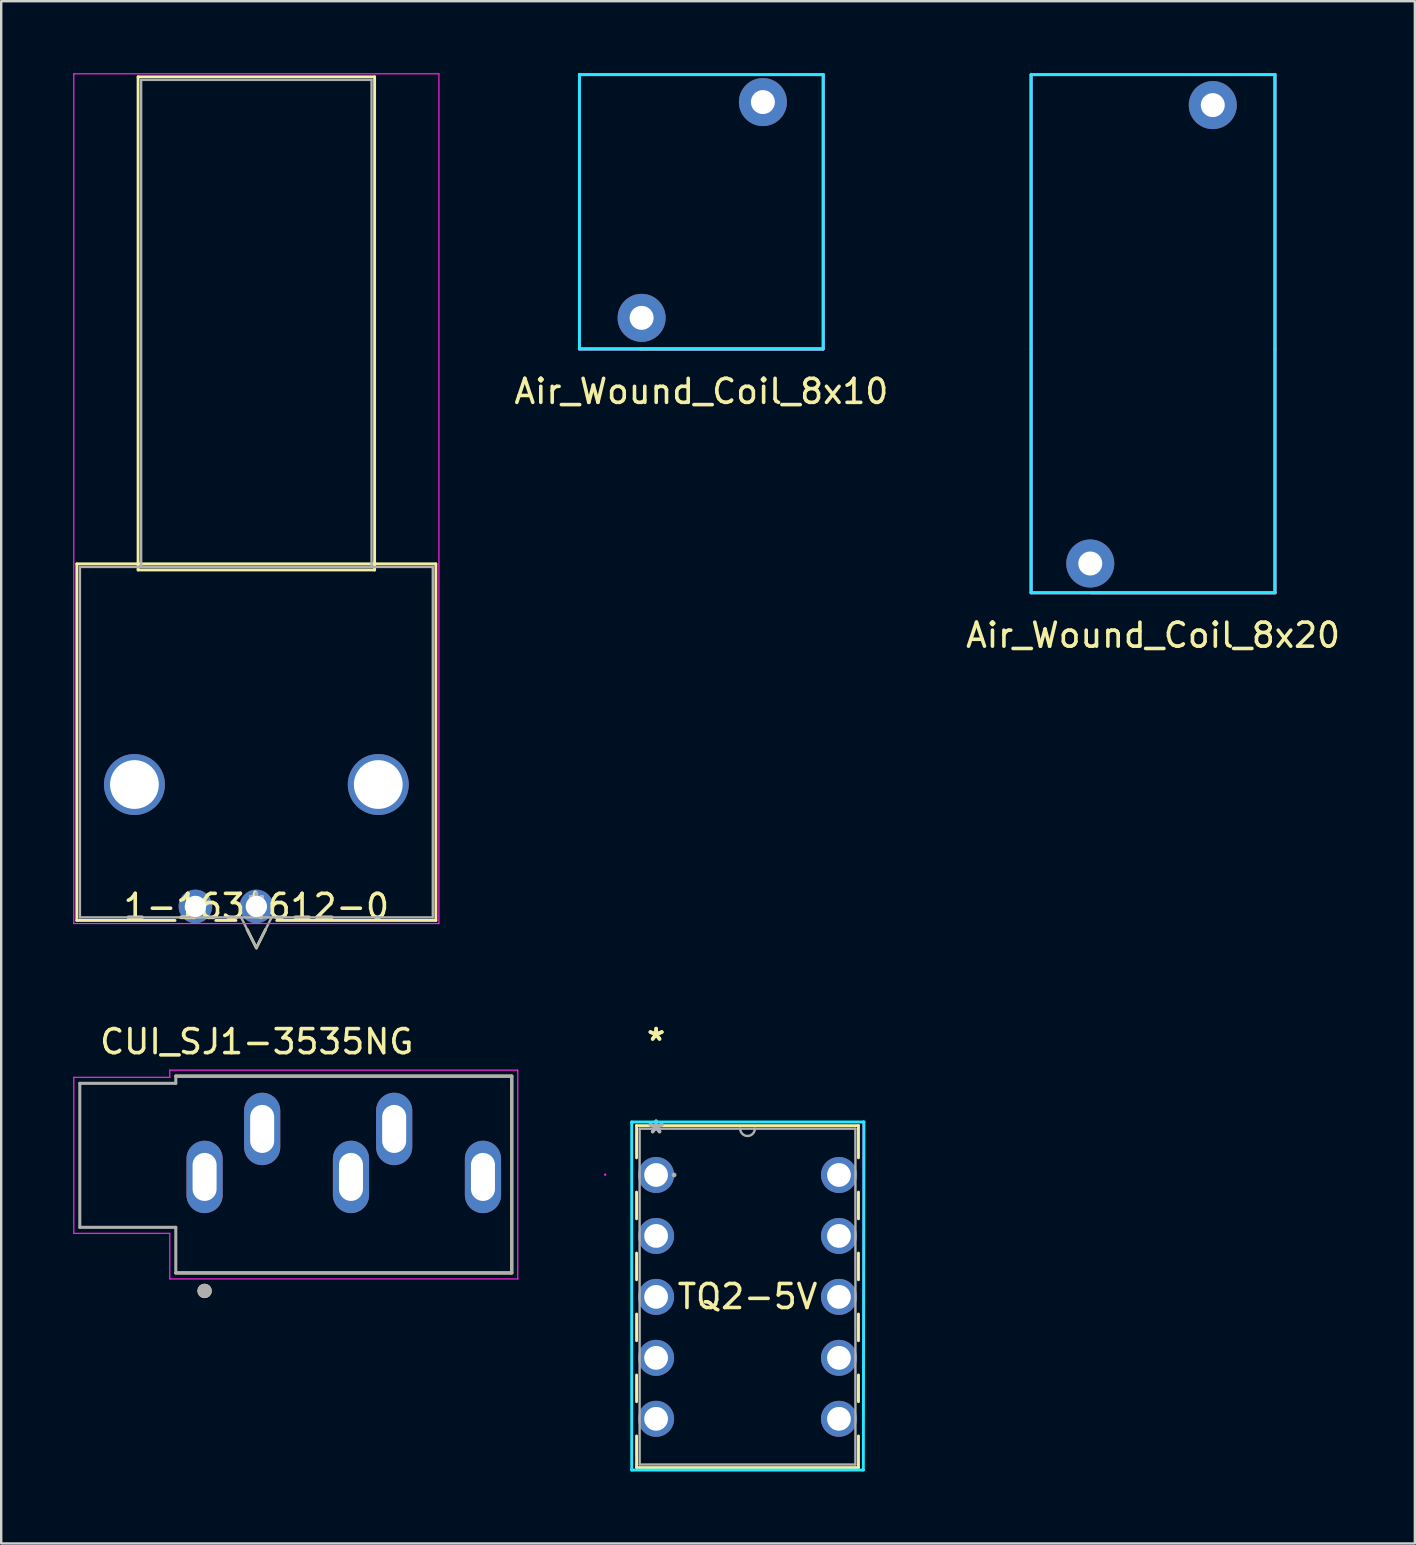
<source format=kicad_pcb>
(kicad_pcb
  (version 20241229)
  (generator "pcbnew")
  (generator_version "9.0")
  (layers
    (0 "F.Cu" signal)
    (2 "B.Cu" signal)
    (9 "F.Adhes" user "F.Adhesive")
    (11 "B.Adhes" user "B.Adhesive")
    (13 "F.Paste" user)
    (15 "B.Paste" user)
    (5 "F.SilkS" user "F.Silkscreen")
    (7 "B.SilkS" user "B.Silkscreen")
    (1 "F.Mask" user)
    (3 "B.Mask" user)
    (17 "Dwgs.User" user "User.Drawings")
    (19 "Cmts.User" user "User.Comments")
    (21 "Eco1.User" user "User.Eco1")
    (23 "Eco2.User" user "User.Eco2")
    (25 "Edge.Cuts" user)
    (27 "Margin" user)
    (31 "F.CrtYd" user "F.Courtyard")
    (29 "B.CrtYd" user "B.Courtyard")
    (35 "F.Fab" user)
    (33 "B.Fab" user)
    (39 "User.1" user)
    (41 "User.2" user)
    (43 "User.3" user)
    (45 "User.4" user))
  (footprint "Air_Wound_Coil_8x10"
    (layer "F.Cu")
    (at 26.175 12.76)
    (property "Reference" "Air_Wound_Coil_8x10" (at 0 0.5 0) (layer "F.SilkS") (effects (font (size 1 1) (thickness 0.15))))
    (attr through_hole)
    (fp_line (start -5.08 -12.7) (end 5.08 -12.7) (stroke (width 0.12) (type solid)) (layer "F.SilkS"))
    (fp_line (start -5.08 -1.27) (end -5.08 -12.7) (stroke (width 0.12) (type solid)) (layer "F.SilkS"))
    (fp_line (start -2.54 -1.27) (end -5.08 -1.27) (stroke (width 0.12) (type solid)) (layer "F.SilkS"))
    (fp_line (start -2.54 -1.27) (end 5.08 -1.27) (stroke (width 0.12) (type solid)) (layer "F.SilkS"))
    (fp_line (start 5.08 -12.7) (end 5.08 -1.27) (stroke (width 0.12) (type solid)) (layer "F.SilkS"))
    (fp_line (start 5.08 -1.27) (end -2.54 -1.27) (stroke (width 0.12) (type solid)) (layer "F.SilkS"))
    (fp_line (start -5.08 -12.7) (end -5.08 -1.27) (stroke (width 0.12) (type solid)) (layer "B.CrtYd"))
    (fp_line (start -5.08 -1.27) (end 5.08 -1.27) (stroke (width 0.12) (type solid)) (layer "B.CrtYd"))
    (fp_line (start 5.08 -12.7) (end -5.08 -12.7) (stroke (width 0.12) (type solid)) (layer "B.CrtYd"))
    (fp_line (start 5.08 -1.27) (end 5.08 -12.7) (stroke (width 0.12) (type solid)) (layer "B.CrtYd"))
    (fp_line (start -5.08 -12.7) (end -5.08 -1.27) (stroke (width 0.12) (type solid)) (layer "F.CrtYd"))
    (fp_line (start -5.08 -1.27) (end 5.08 -1.27) (stroke (width 0.12) (type solid)) (layer "F.CrtYd"))
    (fp_line (start 5.08 -12.7) (end -5.08 -12.7) (stroke (width 0.12) (type solid)) (layer "F.CrtYd"))
    (fp_line (start 5.08 -1.27) (end 5.08 -12.7) (stroke (width 0.12) (type solid)) (layer "F.CrtYd"))
    (pad "1" thru_hole circle (at 2.565 -11.557) (size 2 2) (drill 1) (layers "*.Cu" "*.Mask"))
    (pad "2" thru_hole circle (at -2.489 -2.565) (size 2 2) (drill 1) (layers "*.Cu" "*.Mask")))
  (footprint "CUI_SJ1-3535NG"
    (layer "F.Cu")
    (at 5.475 45.992)
    (property "Reference" "CUI_SJ1-3535NG" (at 2.175 -5.635 0) (layer "F.SilkS") (effects (font (size 1 1) (thickness 0.15))))
    (attr through_hole)
    (fp_line (start -1.2 -4.2) (end 12.8 -4.2) (stroke (width 0.127) (type solid)) (layer "F.SilkS"))
    (fp_line (start 12.8 -4.2) (end 12.8 4) (stroke (width 0.127) (type solid)) (layer "F.SilkS"))
    (fp_line (start 12.8 4) (end -1.2 4) (stroke (width 0.127) (type solid)) (layer "F.SilkS"))
    (fp_circle (center 0 4.75) (end 0.15 4.75) (stroke (width 0.3) (type solid)) (fill no) (layer "F.SilkS"))
    (fp_line (start -5.45 -4.15) (end -1.45 -4.15) (stroke (width 0.05) (type solid)) (layer "F.CrtYd"))
    (fp_line (start -5.45 2.35) (end -5.45 -4.15) (stroke (width 0.05) (type solid)) (layer "F.CrtYd"))
    (fp_line (start -1.45 -4.45) (end 13.05 -4.45) (stroke (width 0.05) (type solid)) (layer "F.CrtYd"))
    (fp_line (start -1.45 -4.15) (end -1.45 -4.45) (stroke (width 0.05) (type solid)) (layer "F.CrtYd"))
    (fp_line (start -1.45 2.35) (end -5.45 2.35) (stroke (width 0.05) (type solid)) (layer "F.CrtYd"))
    (fp_line (start -1.45 4.25) (end -1.45 2.35) (stroke (width 0.05) (type solid)) (layer "F.CrtYd"))
    (fp_line (start 13.05 -4.45) (end 13.05 4.25) (stroke (width 0.05) (type solid)) (layer "F.CrtYd"))
    (fp_line (start 13.05 4.25) (end -1.45 4.25) (stroke (width 0.05) (type solid)) (layer "F.CrtYd"))
    (fp_line (start -5.2 -3.9) (end -1.2 -3.9) (stroke (width 0.127) (type solid)) (layer "F.Fab"))
    (fp_line (start -5.2 2.1) (end -5.2 -3.9) (stroke (width 0.127) (type solid)) (layer "F.Fab"))
    (fp_line (start -1.2 -4.2) (end 12.8 -4.2) (stroke (width 0.127) (type solid)) (layer "F.Fab"))
    (fp_line (start -1.2 -3.9) (end -1.2 -4.2) (stroke (width 0.127) (type solid)) (layer "F.Fab"))
    (fp_line (start -1.2 2.1) (end -5.2 2.1) (stroke (width 0.127) (type solid)) (layer "F.Fab"))
    (fp_line (start -1.2 4) (end -1.2 2.1) (stroke (width 0.127) (type solid)) (layer "F.Fab"))
    (fp_line (start 12.8 -4.2) (end 12.8 4) (stroke (width 0.127) (type solid)) (layer "F.Fab"))
    (fp_line (start 12.8 4) (end -1.2 4) (stroke (width 0.127) (type solid)) (layer "F.Fab"))
    (fp_circle (center 0 4.75) (end 0.15 4.75) (stroke (width 0.3) (type solid)) (fill no) (layer "F.Fab"))
    (pad "1" thru_hole oval (at 0 0) (size 1.508 3.016) (drill oval 1 2) (layers "*.Cu" "*.Mask"))
    (pad "2" thru_hole oval (at 2.4 -2) (size 1.508 3.016) (drill oval 1 2) (layers "*.Cu" "*.Mask"))
    (pad "3" thru_hole oval (at 7.9 -2) (size 1.508 3.016) (drill oval 1 2) (layers "*.Cu" "*.Mask"))
    (pad "4" thru_hole oval (at 11.6 0) (size 1.508 3.016) (drill oval 1 2) (layers "*.Cu" "*.Mask"))
    (pad "5" thru_hole oval (at 6.1 0) (size 1.508 3.016) (drill oval 1 2) (layers "*.Cu" "*.Mask")))
  (footprint "1-1634612-0"
    (layer "F.Cu")
    (at 7.632 34.721)
    (property "Reference" "1-1634612-0" (at 0 0 0) (layer "F.SilkS") (effects (font (size 1 1) (thickness 0.15))))
    (attr through_hole)
    (fp_line (start -7.48 -14.275) (end -7.48 0.584) (stroke (width 0.12) (type solid)) (layer "F.SilkS"))
    (fp_line (start -7.48 0.584) (end -3.39 0.584) (stroke (width 0.12) (type solid)) (layer "F.SilkS"))
    (fp_line (start -4.928 -34.569) (end -4.928 -14.021) (stroke (width 0.12) (type solid)) (layer "F.SilkS"))
    (fp_line (start -4.928 -14.021) (end 4.928 -14.021) (stroke (width 0.12) (type solid)) (layer "F.SilkS"))
    (fp_line (start -1.69 0.584) (end -0.85 0.584) (stroke (width 0.12) (type solid)) (layer "F.SilkS"))
    (fp_line (start -0.385 0.957) (end 0 1.727) (stroke (width 0.12) (type solid)) (layer "F.SilkS"))
    (fp_line (start 0.385 0.957) (end 0 1.727) (stroke (width 0.12) (type solid)) (layer "F.SilkS"))
    (fp_line (start 0.85 0.584) (end 7.48 0.584) (stroke (width 0.12) (type solid)) (layer "F.SilkS"))
    (fp_line (start 4.928 -34.569) (end -4.928 -34.569) (stroke (width 0.12) (type solid)) (layer "F.SilkS"))
    (fp_line (start 4.928 -14.021) (end 4.928 -34.569) (stroke (width 0.12) (type solid)) (layer "F.SilkS"))
    (fp_line (start 7.48 -14.275) (end -7.48 -14.275) (stroke (width 0.12) (type solid)) (layer "F.SilkS"))
    (fp_line (start 7.48 0.584) (end 7.48 -14.275) (stroke (width 0.12) (type solid)) (layer "F.SilkS"))
    (fp_line (start -7.607 -34.696) (end -7.607 0.711) (stroke (width 0.05) (type solid)) (layer "F.CrtYd"))
    (fp_line (start -7.607 0.711) (end 7.607 0.711) (stroke (width 0.05) (type solid)) (layer "F.CrtYd"))
    (fp_line (start 7.607 -34.696) (end -7.607 -34.696) (stroke (width 0.05) (type solid)) (layer "F.CrtYd"))
    (fp_line (start 7.607 0.711) (end 7.607 -34.696) (stroke (width 0.05) (type solid)) (layer "F.CrtYd"))
    (fp_line (start -7.353 -14.148) (end -7.353 0.457) (stroke (width 0.1) (type solid)) (layer "F.Fab"))
    (fp_line (start -7.353 0.457) (end 7.353 0.457) (stroke (width 0.1) (type solid)) (layer "F.Fab"))
    (fp_line (start -4.801 -34.442) (end -4.801 -14.148) (stroke (width 0.1) (type solid)) (layer "F.Fab"))
    (fp_line (start -4.801 -14.148) (end 4.801 -14.148) (stroke (width 0.1) (type solid)) (layer "F.Fab"))
    (fp_line (start -0.635 0.457) (end 0 1.727) (stroke (width 0.1) (type solid)) (layer "F.Fab"))
    (fp_line (start 0.635 0.457) (end 0 1.727) (stroke (width 0.1) (type solid)) (layer "F.Fab"))
    (fp_line (start 4.801 -34.442) (end -4.801 -34.442) (stroke (width 0.1) (type solid)) (layer "F.Fab"))
    (fp_line (start 4.801 -14.148) (end 4.801 -34.442) (stroke (width 0.1) (type solid)) (layer "F.Fab"))
    (fp_line (start 7.353 -14.148) (end -7.353 -14.148) (stroke (width 0.1) (type solid)) (layer "F.Fab"))
    (fp_line (start 7.353 0.457) (end 7.353 -14.148) (stroke (width 0.1) (type solid)) (layer "F.Fab"))
    (fp_text user "*" (at 0 0 0) (layer "F.SilkS") (effects (font (size 1 1) (thickness 0.15))))
    (fp_text user "Copyright 2021 Accelerated Designs. All rights reserved." (at 0 0 0) (layer "Cmts.User") (effects (font (size 0.127 0.127) (thickness 0.002))))
    (fp_text user "*" (at 0 0 0) (layer "F.Fab") (effects (font (size 1 1) (thickness 0.15))))
    (pad "1" thru_hole circle (at 0 0) (size 1.397 1.397) (drill 0.889) (layers "*.Cu" "*.Mask"))
    (pad "2" thru_hole circle (at -2.54 0) (size 1.397 1.397) (drill 0.889) (layers "*.Cu" "*.Mask"))
    (pad "3" thru_hole circle (at -5.08 -5.08) (size 2.54 2.54) (drill 2.032) (layers "*.Cu" "*.Mask"))
    (pad "4" thru_hole circle (at 5.08 -5.08) (size 2.54 2.54) (drill 2.032) (layers "*.Cu" "*.Mask")))
  (footprint "TQ2-5V"
    (layer "F.Cu")
    (at 24.289 45.911)
    (property "Reference" "TQ2-5V" (at 3.81 5.067 0) (layer "F.SilkS") (effects (font (size 1 1) (thickness 0.15))))
    (attr through_hole)
    (fp_line (start -0.813 -2.057) (end -0.813 -0.714) (stroke (width 0.12) (type solid)) (layer "F.SilkS"))
    (fp_line (start -0.813 0.714) (end -0.813 1.826) (stroke (width 0.12) (type solid)) (layer "F.SilkS"))
    (fp_line (start -0.813 3.254) (end -0.813 4.366) (stroke (width 0.12) (type solid)) (layer "F.SilkS"))
    (fp_line (start -0.813 5.794) (end -0.813 6.906) (stroke (width 0.12) (type solid)) (layer "F.SilkS"))
    (fp_line (start -0.813 8.334) (end -0.813 9.446) (stroke (width 0.12) (type solid)) (layer "F.SilkS"))
    (fp_line (start -0.813 10.874) (end -0.813 12.192) (stroke (width 0.12) (type solid)) (layer "F.SilkS"))
    (fp_line (start -0.813 12.192) (end 8.433 12.192) (stroke (width 0.12) (type solid)) (layer "F.SilkS"))
    (fp_line (start 8.433 -2.057) (end -0.813 -2.057) (stroke (width 0.12) (type solid)) (layer "F.SilkS"))
    (fp_line (start 8.433 -0.714) (end 8.433 -2.057) (stroke (width 0.12) (type solid)) (layer "F.SilkS"))
    (fp_line (start 8.433 1.826) (end 8.433 0.714) (stroke (width 0.12) (type solid)) (layer "F.SilkS"))
    (fp_line (start 8.433 4.366) (end 8.433 3.254) (stroke (width 0.12) (type solid)) (layer "F.SilkS"))
    (fp_line (start 8.433 6.906) (end 8.433 5.794) (stroke (width 0.12) (type solid)) (layer "F.SilkS"))
    (fp_line (start 8.433 9.446) (end 8.433 8.334) (stroke (width 0.12) (type solid)) (layer "F.SilkS"))
    (fp_line (start 8.433 12.192) (end 8.433 10.874) (stroke (width 0.12) (type solid)) (layer "F.SilkS"))
    (fp_line (start -1.016 -2.21) (end -1.016 12.294) (stroke (width 0.12) (type solid)) (layer "B.CrtYd"))
    (fp_line (start -1.016 12.294) (end 8.636 12.294) (stroke (width 0.12) (type solid)) (layer "B.CrtYd"))
    (fp_line (start 8.636 -2.21) (end -1.016 -2.21) (stroke (width 0.12) (type solid)) (layer "B.CrtYd"))
    (fp_line (start 8.636 12.294) (end 8.661 -2.21) (stroke (width 0.12) (type solid)) (layer "B.CrtYd"))
    (fp_line (start 8.661 -2.21) (end 8.636 -2.21) (stroke (width 0.12) (type solid)) (layer "B.CrtYd"))
    (fp_line (start -1.003 -2.184) (end 8.623 -2.184) (stroke (width 0.05) (type solid)) (layer "F.CrtYd"))
    (fp_line (start -1.003 12.319) (end -1.003 -2.184) (stroke (width 0.05) (type solid)) (layer "F.CrtYd"))
    (fp_line (start 8.623 -2.184) (end 8.623 12.319) (stroke (width 0.05) (type solid)) (layer "F.CrtYd"))
    (fp_line (start 8.623 12.319) (end -1.003 12.319) (stroke (width 0.05) (type solid)) (layer "F.CrtYd"))
    (fp_circle (center -2.121 -0.013) (end -2.121 -0.013) (stroke (width 0.05) (type solid)) (fill no) (layer "F.CrtYd"))
    (fp_line (start -0.686 -1.93) (end -0.686 12.065) (stroke (width 0.1) (type solid)) (layer "F.Fab"))
    (fp_line (start -0.686 12.065) (end 8.306 12.065) (stroke (width 0.1) (type solid)) (layer "F.Fab"))
    (fp_line (start 8.306 -1.93) (end -0.686 -1.93) (stroke (width 0.1) (type solid)) (layer "F.Fab"))
    (fp_line (start 8.306 12.065) (end 8.306 -1.93) (stroke (width 0.1) (type solid)) (layer "F.Fab"))
    (fp_arc (start 4.1148 -1.9304) (mid 3.81 -1.6256) (end 3.5052 -1.9304) (stroke (width 0.1) (type solid)) (layer "F.Fab"))
    (fp_circle (center 0.749 0) (end 0.749 0) (stroke (width 0.1) (type solid)) (fill no) (layer "F.Fab"))
    (fp_text user "*" (at 0 -5.554 0) (layer "F.SilkS") (effects (font (size 1 1) (thickness 0.15))))
    (fp_text user "*" (at 0 -5.554 0) (layer "F.SilkS") (effects (font (size 1 1) (thickness 0.15))))
    (fp_text user "Copyright 2021 Accelerated Designs. All rights reserved." (at 0 0 0) (layer "Cmts.User") (effects (font (size 0.127 0.127) (thickness 0.002))))
    (fp_text user "*" (at 0 -1.693 0) (layer "F.Fab") (effects (font (size 1 1) (thickness 0.15))))
    (fp_text user "*" (at 0 -1.693 0) (layer "F.Fab") (effects (font (size 1 1) (thickness 0.15))))
    (pad "1" thru_hole circle (at 0 0) (size 1.499 1.499) (drill 0.991) (layers "*.Cu" "*.Mask"))
    (pad "2" thru_hole circle (at 0 2.54) (size 1.499 1.499) (drill 0.991) (layers "*.Cu" "*.Mask"))
    (pad "3" thru_hole circle (at 0 5.08) (size 1.499 1.499) (drill 0.991) (layers "*.Cu" "*.Mask"))
    (pad "4" thru_hole circle (at 0 7.62) (size 1.499 1.499) (drill 0.991) (layers "*.Cu" "*.Mask"))
    (pad "5" thru_hole circle (at 0 10.16) (size 1.499 1.499) (drill 0.991) (layers "*.Cu" "*.Mask"))
    (pad "6" thru_hole circle (at 7.62 10.16) (size 1.499 1.499) (drill 0.991) (layers "*.Cu" "*.Mask"))
    (pad "7" thru_hole circle (at 7.62 7.62) (size 1.499 1.499) (drill 0.991) (layers "*.Cu" "*.Mask"))
    (pad "8" thru_hole circle (at 7.62 5.08) (size 1.499 1.499) (drill 0.991) (layers "*.Cu" "*.Mask"))
    (pad "9" thru_hole circle (at 7.62 2.54) (size 1.499 1.499) (drill 0.991) (layers "*.Cu" "*.Mask"))
    (pad "10" thru_hole circle (at 7.62 0) (size 1.499 1.499) (drill 0.991) (layers "*.Cu" "*.Mask")))
  (footprint "Air_Wound_Coil_8x20"
    (layer "F.Cu")
    (at 44.997 22.92)
    (property "Reference" "Air_Wound_Coil_8x20" (at 0 0.5 0) (layer "F.SilkS") (effects (font (size 1 1) (thickness 0.15))))
    (attr through_hole)
    (fp_line (start -5.08 -22.86) (end 5.08 -22.86) (stroke (width 0.12) (type solid)) (layer "F.SilkS"))
    (fp_line (start -5.08 -11.43) (end -5.08 -22.86) (stroke (width 0.12) (type solid)) (layer "F.SilkS"))
    (fp_line (start -5.08 -11.43) (end -5.08 -1.27) (stroke (width 0.12) (type solid)) (layer "F.SilkS"))
    (fp_line (start -2.54 -1.27) (end -5.08 -1.27) (stroke (width 0.12) (type solid)) (layer "F.SilkS"))
    (fp_line (start -2.54 -1.27) (end 5.08 -1.27) (stroke (width 0.12) (type solid)) (layer "F.SilkS"))
    (fp_line (start 5.08 -22.86) (end 5.08 -11.43) (stroke (width 0.12) (type solid)) (layer "F.SilkS"))
    (fp_line (start 5.08 -11.43) (end 5.08 -1.27) (stroke (width 0.12) (type solid)) (layer "F.SilkS"))
    (fp_line (start 5.08 -1.27) (end -2.54 -1.27) (stroke (width 0.12) (type solid)) (layer "F.SilkS"))
    (fp_line (start -5.08 -22.86) (end 5.08 -22.86) (stroke (width 0.12) (type solid)) (layer "B.CrtYd"))
    (fp_line (start -5.08 -1.27) (end -5.08 -22.86) (stroke (width 0.12) (type solid)) (layer "B.CrtYd"))
    (fp_line (start 5.08 -22.86) (end 5.08 -1.27) (stroke (width 0.12) (type solid)) (layer "B.CrtYd"))
    (fp_line (start 5.08 -1.27) (end -5.08 -1.27) (stroke (width 0.12) (type solid)) (layer "B.CrtYd"))
    (fp_line (start -5.08 -22.86) (end 5.08 -22.86) (stroke (width 0.12) (type solid)) (layer "F.CrtYd"))
    (fp_line (start -5.08 -1.27) (end -5.08 -22.86) (stroke (width 0.12) (type solid)) (layer "F.CrtYd"))
    (fp_line (start 5.08 -22.86) (end 5.08 -1.27) (stroke (width 0.12) (type solid)) (layer "F.CrtYd"))
    (fp_line (start 5.08 -1.27) (end -5.08 -1.27) (stroke (width 0.12) (type solid)) (layer "F.CrtYd"))
    (pad "1" thru_hole circle (at 2.489 -21.59) (size 2 2) (drill 1) (layers "*.Cu" "*.Mask"))
    (pad "2" thru_hole circle (at -2.616 -2.489) (size 2 2) (drill 1) (layers "*.Cu" "*.Mask")))
  (gr_rect
    (start -3 -3)
    (end 55.907 61.265)
    (stroke (width 0.1) (type default))
    (fill no)
    (layer "Edge.Cuts")))
</source>
